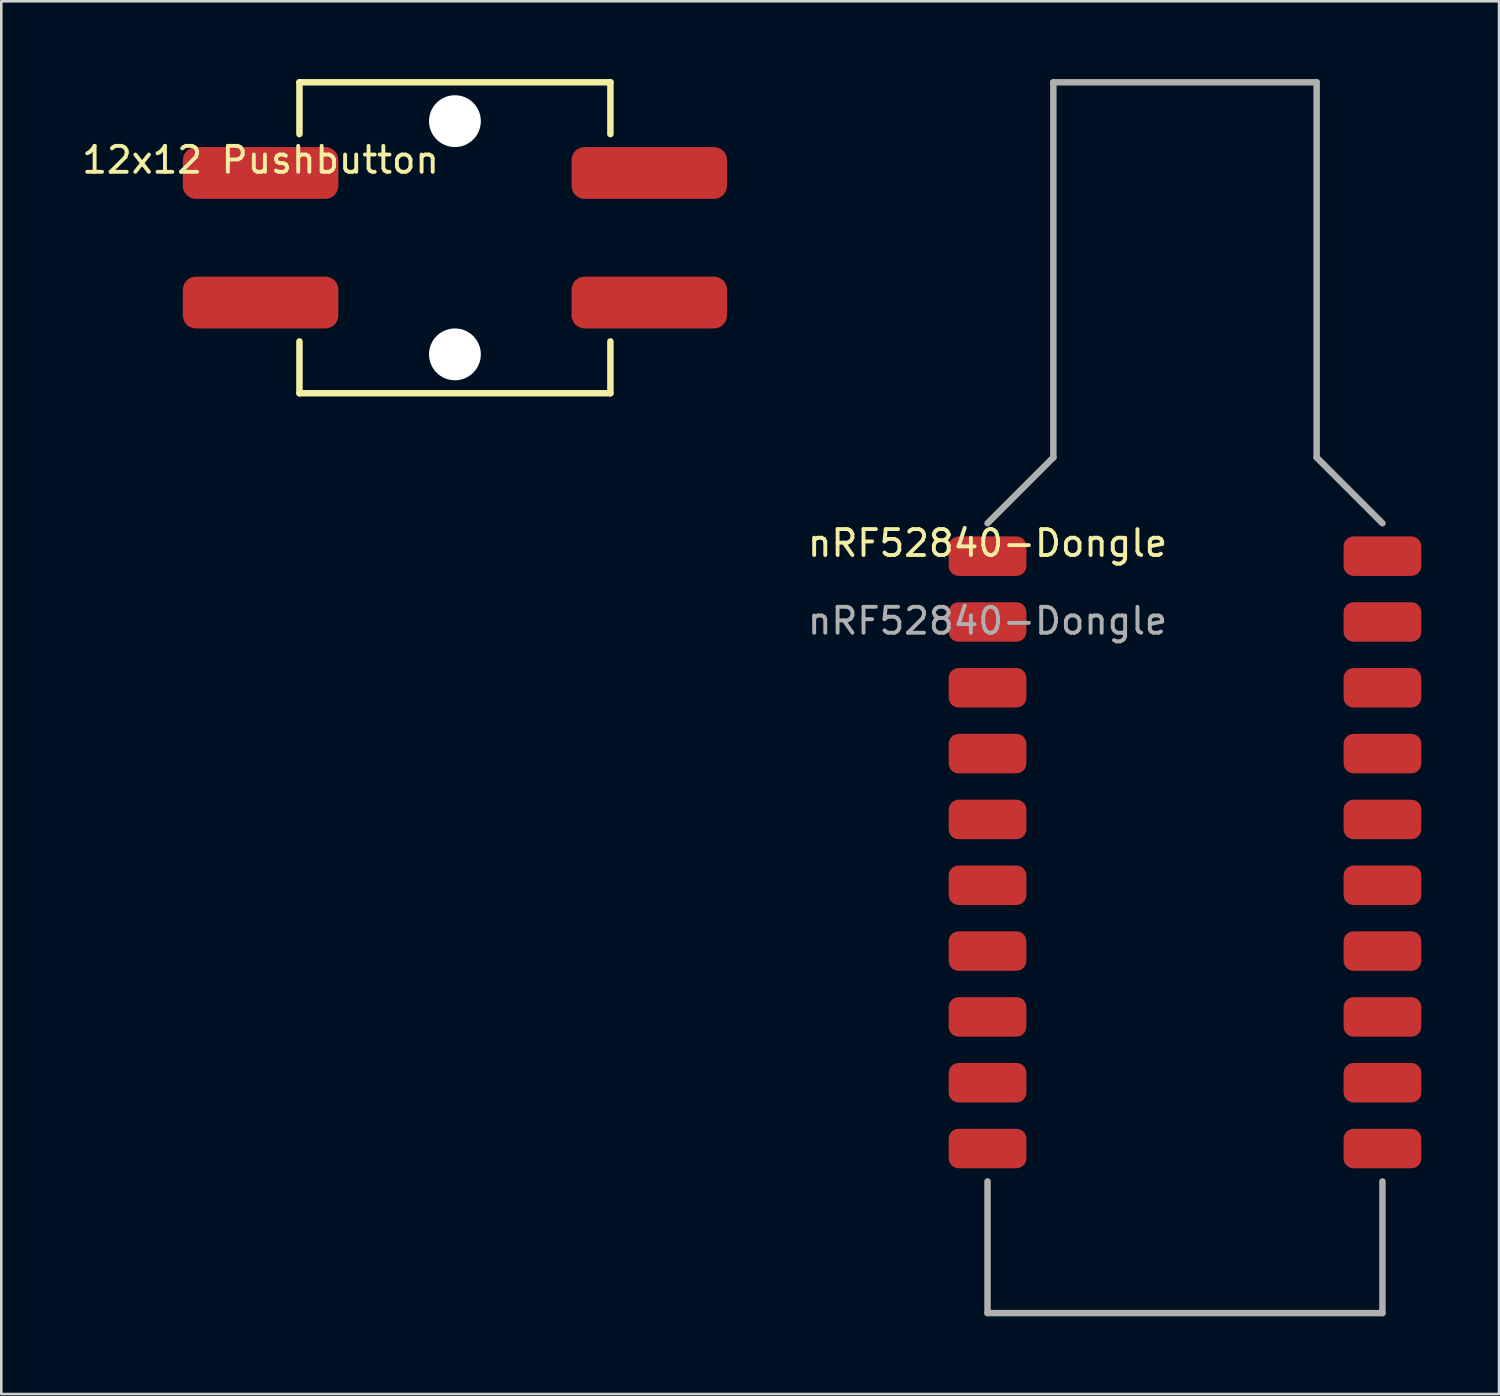
<source format=kicad_pcb>
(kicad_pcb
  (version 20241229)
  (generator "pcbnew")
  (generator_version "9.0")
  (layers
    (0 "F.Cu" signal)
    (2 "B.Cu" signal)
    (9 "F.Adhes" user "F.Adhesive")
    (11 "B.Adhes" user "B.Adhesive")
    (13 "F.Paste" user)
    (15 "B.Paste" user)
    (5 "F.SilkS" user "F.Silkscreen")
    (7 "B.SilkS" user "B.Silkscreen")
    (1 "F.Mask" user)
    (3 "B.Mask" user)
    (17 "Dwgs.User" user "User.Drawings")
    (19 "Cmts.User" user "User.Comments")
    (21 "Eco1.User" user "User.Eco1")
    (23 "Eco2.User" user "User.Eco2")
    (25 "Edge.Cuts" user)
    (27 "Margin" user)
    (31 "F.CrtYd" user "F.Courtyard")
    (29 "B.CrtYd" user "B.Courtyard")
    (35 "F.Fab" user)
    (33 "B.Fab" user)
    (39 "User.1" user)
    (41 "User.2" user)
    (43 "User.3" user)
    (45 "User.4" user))
  (footprint "nRF52840-Dongle"
    (layer "F.Cu")
    (at 35.06 18.413)
    (property "Reference" "nRF52840-Dongle" (at 0 -0.5 0) (unlocked yes) (layer "F.SilkS") (effects (font (size 1 1) (thickness 0.15))))
    (attr smd)
    (fp_line (start 0 -1.27) (end 2.54 -3.81) (stroke (width 0.25) (type solid)) (layer "F.Fab"))
    (fp_line (start 0 29.21) (end 0 24.13) (stroke (width 0.25) (type solid)) (layer "F.Fab"))
    (fp_line (start 0 29.21) (end 15.24 29.21) (stroke (width 0.25) (type solid)) (layer "F.Fab"))
    (fp_line (start 2.54 -18.288) (end 12.7 -18.288) (stroke (width 0.25) (type solid)) (layer "F.Fab"))
    (fp_line (start 2.54 -3.81) (end 2.54 -18.288) (stroke (width 0.25) (type solid)) (layer "F.Fab"))
    (fp_line (start 12.7 -18.288) (end 12.7 -3.81) (stroke (width 0.25) (type solid)) (layer "F.Fab"))
    (fp_line (start 12.7 -3.81) (end 15.24 -1.27) (stroke (width 0.25) (type solid)) (layer "F.Fab"))
    (fp_line (start 15.24 29.21) (end 15.24 24.13) (stroke (width 0.25) (type solid)) (layer "F.Fab"))
    (fp_text user "${REFERENCE}" (at 0 2.5 0) (unlocked yes) (layer "F.Fab") (effects (font (size 1 1) (thickness 0.15))))
    (pad "1" smd roundrect (at 0 0) (size 3 1.524) (layers "F.Cu" "F.Mask" "F.Paste") (roundrect_rratio 0.25))
    (pad "2" smd roundrect (at 0 2.54) (size 3 1.524) (layers "F.Cu" "F.Mask" "F.Paste") (roundrect_rratio 0.25))
    (pad "3" smd roundrect (at 0 5.08) (size 3 1.524) (layers "F.Cu" "F.Mask" "F.Paste") (roundrect_rratio 0.25))
    (pad "4" smd roundrect (at 0 7.62) (size 3 1.524) (layers "F.Cu" "F.Mask" "F.Paste") (roundrect_rratio 0.25))
    (pad "5" smd roundrect (at 0 10.16) (size 3 1.524) (layers "F.Cu" "F.Mask" "F.Paste") (roundrect_rratio 0.25))
    (pad "6" smd roundrect (at 0 12.7) (size 3 1.524) (layers "F.Cu" "F.Mask" "F.Paste") (roundrect_rratio 0.25))
    (pad "7" smd roundrect (at 0 15.24) (size 3 1.524) (layers "F.Cu" "F.Mask" "F.Paste") (roundrect_rratio 0.25))
    (pad "8" smd roundrect (at 0 17.78) (size 3 1.524) (layers "F.Cu" "F.Mask" "F.Paste") (roundrect_rratio 0.25))
    (pad "9" smd roundrect (at 0 20.32) (size 3 1.524) (layers "F.Cu" "F.Mask" "F.Paste") (roundrect_rratio 0.25))
    (pad "10" smd roundrect (at 0 22.86) (size 3 1.524) (layers "F.Cu" "F.Mask" "F.Paste") (roundrect_rratio 0.25))
    (pad "11" smd roundrect (at 15.24 22.86) (size 3 1.524) (layers "F.Cu" "F.Mask" "F.Paste") (roundrect_rratio 0.25))
    (pad "12" smd roundrect (at 15.24 20.32) (size 3 1.524) (layers "F.Cu" "F.Mask" "F.Paste") (roundrect_rratio 0.25))
    (pad "13" smd roundrect (at 15.24 17.78) (size 3 1.524) (layers "F.Cu" "F.Mask" "F.Paste") (roundrect_rratio 0.25))
    (pad "14" smd roundrect (at 15.24 15.24) (size 3 1.524) (layers "F.Cu" "F.Mask" "F.Paste") (roundrect_rratio 0.25))
    (pad "15" smd roundrect (at 15.24 12.7) (size 3 1.524) (layers "F.Cu" "F.Mask" "F.Paste") (roundrect_rratio 0.25))
    (pad "16" smd roundrect (at 15.24 10.16) (size 3 1.524) (layers "F.Cu" "F.Mask" "F.Paste") (roundrect_rratio 0.25))
    (pad "17" smd roundrect (at 15.24 7.62) (size 3 1.524) (layers "F.Cu" "F.Mask" "F.Paste") (roundrect_rratio 0.25))
    (pad "18" smd roundrect (at 15.24 5.08) (size 3 1.524) (layers "F.Cu" "F.Mask" "F.Paste") (roundrect_rratio 0.25))
    (pad "19" smd roundrect (at 15.24 2.54) (size 3 1.524) (layers "F.Cu" "F.Mask" "F.Paste") (roundrect_rratio 0.25))
    (pad "20" smd roundrect (at 15.24 0) (size 3 1.524) (layers "F.Cu" "F.Mask" "F.Paste") (roundrect_rratio 0.25)))
  (footprint "12x12 Pushbutton"
    (layer "F.Cu")
    (at 7.006 3.625)
    (property "Reference" "12x12 Pushbutton" (at 0 -0.5 0) (unlocked yes) (layer "F.SilkS") (effects (font (size 1 1) (thickness 0.15))))
    (attr smd)
    (fp_line (start 1.5 -3.5) (end 1.5 -1.5) (stroke (width 0.25) (type solid)) (layer "F.SilkS"))
    (fp_line (start 1.5 6.5) (end 1.5 8.5) (stroke (width 0.25) (type solid)) (layer "F.SilkS"))
    (fp_line (start 1.5 8.5) (end 13.5 8.5) (stroke (width 0.25) (type solid)) (layer "F.SilkS"))
    (fp_line (start 13.5 -3.5) (end 1.5 -3.5) (stroke (width 0.25) (type solid)) (layer "F.SilkS"))
    (fp_line (start 13.5 -1.5) (end 13.5 -3.5) (stroke (width 0.25) (type solid)) (layer "F.SilkS"))
    (fp_line (start 13.5 8.5) (end 13.5 6.5) (stroke (width 0.25) (type solid)) (layer "F.SilkS"))
    (pad "" np_thru_hole circle (at 7.5 -2) (size 2 2) (drill 2.2) (layers "*.Cu" "*.Mask"))
    (pad "" np_thru_hole circle (at 7.5 7) (size 2 2) (drill 2.2) (layers "*.Cu" "*.Mask"))
    (pad "1" smd roundrect (at 0 0) (size 6 2) (layers "F.Cu" "F.Mask" "F.Paste") (roundrect_rratio 0.25))
    (pad "1" smd roundrect (at 15 0) (size 6 2) (layers "F.Cu" "F.Mask" "F.Paste") (roundrect_rratio 0.25))
    (pad "2" smd roundrect (at 0 5) (size 6 2) (layers "F.Cu" "F.Mask" "F.Paste") (roundrect_rratio 0.25))
    (pad "2" smd roundrect (at 15 5) (size 6 2) (layers "F.Cu" "F.Mask" "F.Paste") (roundrect_rratio 0.25)))
  (gr_rect
    (start -3 -3)
    (end 54.8 50.748)
    (stroke (width 0.1) (type default))
    (fill no)
    (layer "Edge.Cuts")))
</source>
